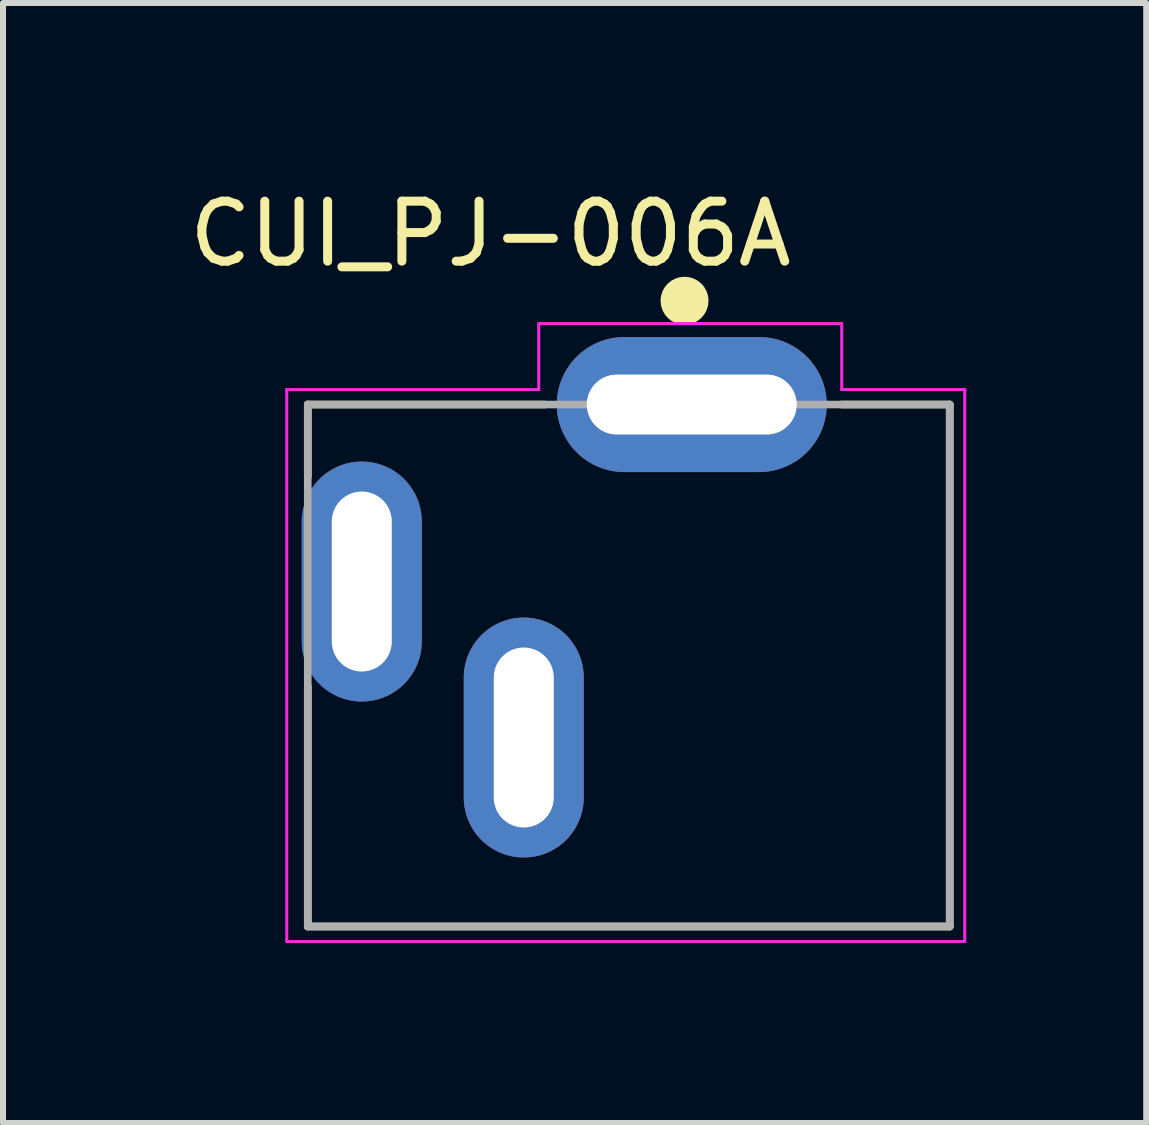
<source format=kicad_pcb>
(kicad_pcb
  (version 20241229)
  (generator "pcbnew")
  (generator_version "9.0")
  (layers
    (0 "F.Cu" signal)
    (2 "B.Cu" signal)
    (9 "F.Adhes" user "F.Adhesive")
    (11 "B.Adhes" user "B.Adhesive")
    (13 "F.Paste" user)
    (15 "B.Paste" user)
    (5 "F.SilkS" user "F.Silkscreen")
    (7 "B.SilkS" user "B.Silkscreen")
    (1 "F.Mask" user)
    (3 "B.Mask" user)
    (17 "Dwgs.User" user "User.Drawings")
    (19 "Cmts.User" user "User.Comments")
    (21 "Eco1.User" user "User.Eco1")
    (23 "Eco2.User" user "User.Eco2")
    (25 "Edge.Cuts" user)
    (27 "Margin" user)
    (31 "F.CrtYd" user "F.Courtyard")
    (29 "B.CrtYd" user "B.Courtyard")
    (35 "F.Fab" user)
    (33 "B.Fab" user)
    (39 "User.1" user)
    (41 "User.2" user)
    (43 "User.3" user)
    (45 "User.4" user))
  (footprint "CUI_PJ-006A"
    (layer "F.Cu")
    (at 8.48 3.693)
    (property "Reference" "CUI_PJ-006A" (at -3.355 -2.845 0) (layer "F.SilkS") (effects (font (size 1 1) (thickness 0.15))))
    (attr through_hole)
    (fp_line (start -6.4 0) (end -6.4 1.2) (stroke (width 0.127) (type solid)) (layer "F.SilkS"))
    (fp_line (start -6.4 4.7) (end -6.4 8.7) (stroke (width 0.127) (type solid)) (layer "F.SilkS"))
    (fp_line (start -6.4 8.7) (end 4.3 8.7) (stroke (width 0.127) (type solid)) (layer "F.SilkS"))
    (fp_line (start -2.45 0) (end -6.4 0) (stroke (width 0.127) (type solid)) (layer "F.SilkS"))
    (fp_line (start 4.3 0) (end 2.5 0) (stroke (width 0.127) (type solid)) (layer "F.SilkS"))
    (fp_line (start 4.3 8.7) (end 4.3 0) (stroke (width 0.127) (type solid)) (layer "F.SilkS"))
    (fp_circle (center -0.12 -1.73) (end 0.08 -1.73) (stroke (width 0.4) (type solid)) (fill no) (layer "F.SilkS"))
    (fp_line (start -6.75 -0.25) (end -2.55 -0.25) (stroke (width 0.05) (type solid)) (layer "F.CrtYd"))
    (fp_line (start -6.75 8.95) (end -6.75 -0.25) (stroke (width 0.05) (type solid)) (layer "F.CrtYd"))
    (fp_line (start -2.55 -1.35) (end 2.5 -1.35) (stroke (width 0.05) (type solid)) (layer "F.CrtYd"))
    (fp_line (start -2.55 -0.25) (end -2.55 -1.35) (stroke (width 0.05) (type solid)) (layer "F.CrtYd"))
    (fp_line (start 2.5 -1.35) (end 2.5 -0.25) (stroke (width 0.05) (type solid)) (layer "F.CrtYd"))
    (fp_line (start 2.5 -0.25) (end 4.55 -0.25) (stroke (width 0.05) (type solid)) (layer "F.CrtYd"))
    (fp_line (start 4.55 -0.25) (end 4.55 8.95) (stroke (width 0.05) (type solid)) (layer "F.CrtYd"))
    (fp_line (start 4.55 8.95) (end -6.75 8.95) (stroke (width 0.05) (type solid)) (layer "F.CrtYd"))
    (fp_line (start -6.4 0) (end 4.3 0) (stroke (width 0.127) (type solid)) (layer "F.Fab"))
    (fp_line (start -6.4 8.7) (end -6.4 0) (stroke (width 0.127) (type solid)) (layer "F.Fab"))
    (fp_line (start 4.3 0) (end 4.3 8.7) (stroke (width 0.127) (type solid)) (layer "F.Fab"))
    (fp_line (start 4.3 8.7) (end -6.4 8.7) (stroke (width 0.127) (type solid)) (layer "F.Fab"))
    (pad "1" thru_hole oval (at 0 0) (size 4.5 2.25) (drill oval 3.5 1) (layers "*.Cu" "*.Mask"))
    (pad "2" thru_hole oval (at -5.5 2.95) (size 2 4) (drill oval 1 3) (layers "*.Cu" "*.Mask"))
    (pad "3" thru_hole oval (at -2.8 5.55) (size 2 4) (drill oval 1 3) (layers "*.Cu" "*.Mask")))
  (gr_rect
    (start -3 -3)
    (end 16.055 15.668)
    (stroke (width 0.1) (type default))
    (fill no)
    (layer "Edge.Cuts")))
</source>
